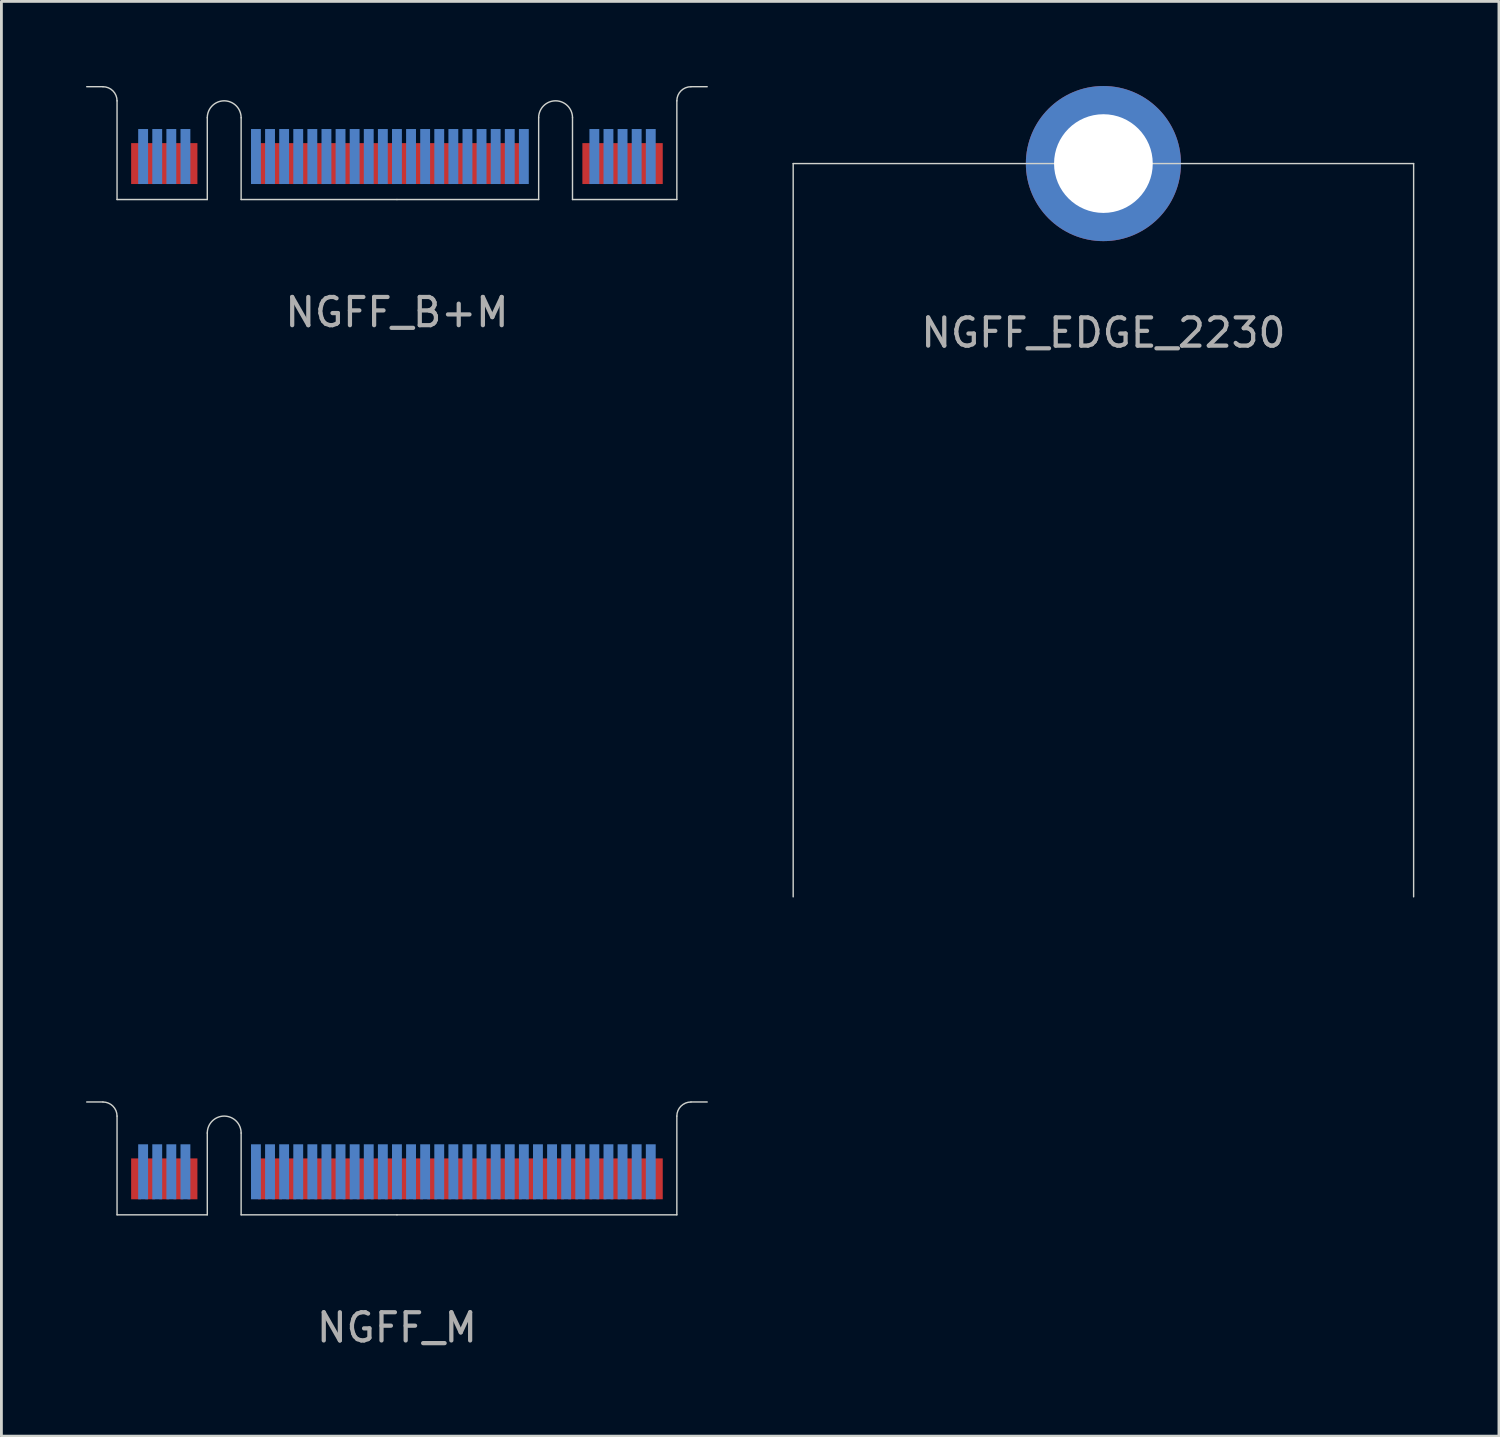
<source format=kicad_pcb>
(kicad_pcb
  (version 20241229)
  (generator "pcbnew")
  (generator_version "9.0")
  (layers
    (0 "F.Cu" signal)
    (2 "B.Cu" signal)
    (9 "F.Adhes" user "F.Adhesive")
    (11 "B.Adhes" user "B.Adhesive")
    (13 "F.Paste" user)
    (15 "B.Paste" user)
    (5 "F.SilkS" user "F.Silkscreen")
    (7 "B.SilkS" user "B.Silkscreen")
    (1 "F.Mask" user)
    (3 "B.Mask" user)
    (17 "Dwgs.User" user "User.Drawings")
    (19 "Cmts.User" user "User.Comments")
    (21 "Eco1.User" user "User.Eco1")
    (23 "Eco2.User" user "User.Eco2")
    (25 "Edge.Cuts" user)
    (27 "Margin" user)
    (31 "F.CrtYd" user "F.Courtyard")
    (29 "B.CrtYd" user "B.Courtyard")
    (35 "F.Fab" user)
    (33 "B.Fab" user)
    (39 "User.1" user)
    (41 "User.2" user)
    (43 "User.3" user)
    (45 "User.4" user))
  (footprint "NGFF_M"
    (layer "F.Cu")
    (at 11.025 40.025)
    (property "Reference" "NGFF_M" (at 0 4 0) (layer "F.Fab") (effects (font (size 1 1) (thickness 0.15))))
    (attr through_hole)
    (fp_poly (pts (xy -9.925 0) (xy -6.725 0) (xy -6.725 -2) (xy -9.925 -2)) (stroke (width 0.1) (type solid)) (fill yes) (layer "F.Mask"))
    (fp_poly (pts (xy -5.525 0) (xy 9.925 0) (xy 9.925 -2) (xy -5.525 -2)) (stroke (width 0.1) (type solid)) (fill yes) (layer "F.Mask"))
    (fp_poly (pts (xy -9.925 0) (xy -6.725 0) (xy -6.725 -2.5) (xy -9.925 -2.5)) (stroke (width 0.1) (type solid)) (fill yes) (layer "B.Mask"))
    (fp_poly (pts (xy -5.525 0) (xy 9.925 0) (xy 9.925 -2.5) (xy -5.525 -2.5)) (stroke (width 0.1) (type solid)) (fill yes) (layer "B.Mask"))
    (fp_line (start -11 -4) (end -10.425 -4) (stroke (width 0.05) (type solid)) (layer "Edge.Cuts"))
    (fp_line (start -9.925 -3.5) (end -9.925 0) (stroke (width 0.05) (type solid)) (layer "Edge.Cuts"))
    (fp_line (start -9.925 0) (end -6.725 0) (stroke (width 0.05) (type solid)) (layer "Edge.Cuts"))
    (fp_line (start -6.725 0) (end -6.725 -2.9) (stroke (width 0.05) (type solid)) (layer "Edge.Cuts"))
    (fp_line (start -5.525 -2.9) (end -5.525 0) (stroke (width 0.05) (type solid)) (layer "Edge.Cuts"))
    (fp_line (start -5.525 0) (end 0 0) (stroke (width 0.05) (type solid)) (layer "Edge.Cuts"))
    (fp_line (start 0 0) (end 9.925 0) (stroke (width 0.05) (type solid)) (layer "Edge.Cuts"))
    (fp_line (start 9.925 0) (end 9.925 -3.5) (stroke (width 0.05) (type solid)) (layer "Edge.Cuts"))
    (fp_line (start 10.425 -4) (end 11 -4) (stroke (width 0.05) (type solid)) (layer "Edge.Cuts"))
    (fp_arc (start -10.425 -4) (mid -10.071447 -3.853553) (end -9.925 -3.5) (stroke (width 0.05) (type solid)) (layer "Edge.Cuts"))
    (fp_arc (start -6.725 -2.9) (mid -6.125 -3.5) (end -5.525 -2.9) (stroke (width 0.05) (type solid)) (layer "Edge.Cuts"))
    (fp_arc (start 9.925 -3.5) (mid 10.071447 -3.853553) (end 10.425 -4) (stroke (width 0.05) (type solid)) (layer "Edge.Cuts"))
    (pad "1" smd rect (at 9.25 -1.275) (size 0.35 1.45) (layers "F.Cu"))
    (pad "2" smd rect (at 9 -1.525) (size 0.35 1.95) (layers "B.Cu"))
    (pad "3" smd rect (at 8.75 -1.275) (size 0.35 1.45) (layers "F.Cu"))
    (pad "4" smd rect (at 8.5 -1.525) (size 0.35 1.95) (layers "B.Cu"))
    (pad "5" smd rect (at 8.25 -1.275) (size 0.35 1.45) (layers "F.Cu"))
    (pad "6" smd rect (at 8 -1.525) (size 0.35 1.95) (layers "B.Cu"))
    (pad "7" smd rect (at 7.75 -1.275) (size 0.35 1.45) (layers "F.Cu"))
    (pad "8" smd rect (at 7.5 -1.525) (size 0.35 1.95) (layers "B.Cu"))
    (pad "9" smd rect (at 7.25 -1.275) (size 0.35 1.45) (layers "F.Cu"))
    (pad "10" smd rect (at 7 -1.525) (size 0.35 1.95) (layers "B.Cu"))
    (pad "11" smd rect (at 6.75 -1.275) (size 0.35 1.45) (layers "F.Cu"))
    (pad "12" smd rect (at 6.5 -1.525) (size 0.35 1.95) (layers "B.Cu"))
    (pad "13" smd rect (at 6.25 -1.275) (size 0.35 1.45) (layers "F.Cu"))
    (pad "14" smd rect (at 6 -1.525) (size 0.35 1.95) (layers "B.Cu"))
    (pad "15" smd rect (at 5.75 -1.275) (size 0.35 1.45) (layers "F.Cu"))
    (pad "16" smd rect (at 5.5 -1.525) (size 0.35 1.95) (layers "B.Cu"))
    (pad "17" smd rect (at 5.25 -1.275) (size 0.35 1.45) (layers "F.Cu"))
    (pad "18" smd rect (at 5 -1.525) (size 0.35 1.95) (layers "B.Cu"))
    (pad "19" smd rect (at 4.75 -1.275) (size 0.35 1.45) (layers "F.Cu"))
    (pad "20" smd rect (at 4.5 -1.525) (size 0.35 1.95) (layers "B.Cu"))
    (pad "21" smd rect (at 4.25 -1.275) (size 0.35 1.45) (layers "F.Cu"))
    (pad "22" smd rect (at 4 -1.525) (size 0.35 1.95) (layers "B.Cu"))
    (pad "23" smd rect (at 3.75 -1.275) (size 0.35 1.45) (layers "F.Cu"))
    (pad "24" smd rect (at 3.5 -1.525) (size 0.35 1.95) (layers "B.Cu"))
    (pad "25" smd rect (at 3.25 -1.275) (size 0.35 1.45) (layers "F.Cu"))
    (pad "26" smd rect (at 3 -1.525) (size 0.35 1.95) (layers "B.Cu"))
    (pad "27" smd rect (at 2.75 -1.275) (size 0.35 1.45) (layers "F.Cu"))
    (pad "28" smd rect (at 2.5 -1.525) (size 0.35 1.95) (layers "B.Cu"))
    (pad "29" smd rect (at 2.25 -1.275) (size 0.35 1.45) (layers "F.Cu"))
    (pad "30" smd rect (at 2 -1.525) (size 0.35 1.95) (layers "B.Cu"))
    (pad "31" smd rect (at 1.75 -1.275) (size 0.35 1.45) (layers "F.Cu"))
    (pad "32" smd rect (at 1.5 -1.525) (size 0.35 1.95) (layers "B.Cu"))
    (pad "33" smd rect (at 1.25 -1.275) (size 0.35 1.45) (layers "F.Cu"))
    (pad "34" smd rect (at 1 -1.525) (size 0.35 1.95) (layers "B.Cu"))
    (pad "35" smd rect (at 0.75 -1.275) (size 0.35 1.45) (layers "F.Cu"))
    (pad "36" smd rect (at 0.5 -1.525) (size 0.35 1.95) (layers "B.Cu"))
    (pad "37" smd rect (at 0.25 -1.275) (size 0.35 1.45) (layers "F.Cu"))
    (pad "38" smd rect (at 0 -1.525) (size 0.35 1.95) (layers "B.Cu"))
    (pad "39" smd rect (at -0.25 -1.275) (size 0.35 1.45) (layers "F.Cu"))
    (pad "40" smd rect (at -0.5 -1.525) (size 0.35 1.95) (layers "B.Cu"))
    (pad "41" smd rect (at -0.75 -1.275) (size 0.35 1.45) (layers "F.Cu"))
    (pad "42" smd rect (at -1 -1.525) (size 0.35 1.95) (layers "B.Cu"))
    (pad "43" smd rect (at -1.25 -1.275) (size 0.35 1.45) (layers "F.Cu"))
    (pad "44" smd rect (at -1.5 -1.525) (size 0.35 1.95) (layers "B.Cu"))
    (pad "45" smd rect (at -1.75 -1.275) (size 0.35 1.45) (layers "F.Cu"))
    (pad "46" smd rect (at -2 -1.525) (size 0.35 1.95) (layers "B.Cu"))
    (pad "47" smd rect (at -2.25 -1.275) (size 0.35 1.45) (layers "F.Cu"))
    (pad "48" smd rect (at -2.5 -1.525) (size 0.35 1.95) (layers "B.Cu"))
    (pad "49" smd rect (at -2.75 -1.275) (size 0.35 1.45) (layers "F.Cu"))
    (pad "50" smd rect (at -3 -1.525) (size 0.35 1.95) (layers "B.Cu"))
    (pad "51" smd rect (at -3.25 -1.275) (size 0.35 1.45) (layers "F.Cu"))
    (pad "52" smd rect (at -3.5 -1.525) (size 0.35 1.95) (layers "B.Cu"))
    (pad "53" smd rect (at -3.75 -1.275) (size 0.35 1.45) (layers "F.Cu"))
    (pad "54" smd rect (at -4 -1.525) (size 0.35 1.95) (layers "B.Cu"))
    (pad "55" smd rect (at -4.25 -1.275) (size 0.35 1.45) (layers "F.Cu"))
    (pad "56" smd rect (at -4.5 -1.525) (size 0.35 1.95) (layers "B.Cu"))
    (pad "57" smd rect (at -4.75 -1.275) (size 0.35 1.45) (layers "F.Cu"))
    (pad "58" smd rect (at -5 -1.525) (size 0.35 1.95) (layers "B.Cu"))
    (pad "67" smd rect (at -7.25 -1.275) (size 0.35 1.45) (layers "F.Cu"))
    (pad "68" smd rect (at -7.5 -1.525) (size 0.35 1.95) (layers "B.Cu"))
    (pad "69" smd rect (at -7.75 -1.275) (size 0.35 1.45) (layers "F.Cu"))
    (pad "70" smd rect (at -8 -1.525) (size 0.35 1.95) (layers "B.Cu"))
    (pad "71" smd rect (at -8.25 -1.275) (size 0.35 1.45) (layers "F.Cu"))
    (pad "72" smd rect (at -8.5 -1.525) (size 0.35 1.95) (layers "B.Cu"))
    (pad "73" smd rect (at -8.75 -1.275) (size 0.35 1.45) (layers "F.Cu"))
    (pad "74" smd rect (at -9 -1.525) (size 0.35 1.95) (layers "B.Cu"))
    (pad "75" smd rect (at -9.25 -1.275) (size 0.35 1.45) (layers "F.Cu")))
  (footprint "NGFF_EDGE_2230"
    (layer "F.Cu")
    (at 36.075 32.75)
    (property "Reference" "NGFF_EDGE_2230" (at 0 -24 0) (layer "F.Fab") (effects (font (size 1 1) (thickness 0.15))))
    (attr through_hole board_only exclude_from_bom)
    (fp_line (start 0 0) (end 0 -30) (stroke (width 0.01) (type solid)) (layer "Eco1.User"))
    (fp_line (start -11 -30) (end -11 -4) (stroke (width 0.05) (type solid)) (layer "Edge.Cuts"))
    (fp_line (start 11 -30) (end -11 -30) (stroke (width 0.05) (type solid)) (layer "Edge.Cuts"))
    (fp_line (start 11 -30) (end 11 -4) (stroke (width 0.05) (type solid)) (layer "Edge.Cuts"))
    (pad "" np_thru_hole circle (at 0 -30) (size 5.5 5.5) (drill 3.5) (layers "*.Cu" "*.Mask")))
  (footprint "NGFF_B+M"
    (layer "F.Cu")
    (at 11.025 4.025)
    (property "Reference" "NGFF_B+M" (at 0 4 0) (layer "F.Fab") (effects (font (size 1 1) (thickness 0.15))))
    (attr through_hole)
    (fp_poly (pts (xy -9.925 0) (xy -6.725 0) (xy -6.725 -2) (xy -9.925 -2)) (stroke (width 0.1) (type solid)) (fill yes) (layer "F.Mask"))
    (fp_poly (pts (xy -5.525 0) (xy 5.025 0) (xy 5.025 -2) (xy -5.525 -2)) (stroke (width 0.1) (type solid)) (fill yes) (layer "F.Mask"))
    (fp_poly (pts (xy 6.225 0) (xy 9.925 0) (xy 9.925 -2) (xy 6.225 -2)) (stroke (width 0.1) (type solid)) (fill yes) (layer "F.Mask"))
    (fp_poly (pts (xy -9.925 0) (xy -6.725 0) (xy -6.725 -2.5) (xy -9.925 -2.5)) (stroke (width 0.1) (type solid)) (fill yes) (layer "B.Mask"))
    (fp_poly (pts (xy -5.525 0) (xy 5.025 0) (xy 5.025 -2.5) (xy -5.525 -2.5)) (stroke (width 0.1) (type solid)) (fill yes) (layer "B.Mask"))
    (fp_poly (pts (xy 6.225 0) (xy 9.925 0) (xy 9.925 -2.5) (xy 6.225 -2.5)) (stroke (width 0.1) (type solid)) (fill yes) (layer "B.Mask"))
    (fp_line (start -11 -4) (end -10.425 -4) (stroke (width 0.05) (type solid)) (layer "Edge.Cuts"))
    (fp_line (start -9.925 -3.5) (end -9.925 0) (stroke (width 0.05) (type solid)) (layer "Edge.Cuts"))
    (fp_line (start -9.925 0) (end -6.725 0) (stroke (width 0.05) (type solid)) (layer "Edge.Cuts"))
    (fp_line (start -6.725 0) (end -6.725 -2.9) (stroke (width 0.05) (type solid)) (layer "Edge.Cuts"))
    (fp_line (start -5.525 -2.9) (end -5.525 0) (stroke (width 0.05) (type solid)) (layer "Edge.Cuts"))
    (fp_line (start -5.525 0) (end 0 0) (stroke (width 0.05) (type solid)) (layer "Edge.Cuts"))
    (fp_line (start 0 0) (end 5.025 0) (stroke (width 0.05) (type solid)) (layer "Edge.Cuts"))
    (fp_line (start 5.025 0) (end 5.025 -2.9) (stroke (width 0.05) (type solid)) (layer "Edge.Cuts"))
    (fp_line (start 6.225 -2.9) (end 6.225 0) (stroke (width 0.05) (type solid)) (layer "Edge.Cuts"))
    (fp_line (start 6.225 0) (end 9.925 0) (stroke (width 0.05) (type solid)) (layer "Edge.Cuts"))
    (fp_line (start 9.925 0) (end 9.925 -3.5) (stroke (width 0.05) (type solid)) (layer "Edge.Cuts"))
    (fp_line (start 10.425 -4) (end 11 -4) (stroke (width 0.05) (type solid)) (layer "Edge.Cuts"))
    (fp_arc (start -10.425 -4) (mid -10.071447 -3.853553) (end -9.925 -3.5) (stroke (width 0.05) (type solid)) (layer "Edge.Cuts"))
    (fp_arc (start -6.725 -2.9) (mid -6.125 -3.5) (end -5.525 -2.9) (stroke (width 0.05) (type solid)) (layer "Edge.Cuts"))
    (fp_arc (start 5.025 -2.9) (mid 5.625 -3.5) (end 6.225 -2.9) (stroke (width 0.05) (type solid)) (layer "Edge.Cuts"))
    (fp_arc (start 9.925 -3.5) (mid 10.071447 -3.853553) (end 10.425 -4) (stroke (width 0.05) (type solid)) (layer "Edge.Cuts"))
    (pad "1" smd rect (at 9.25 -1.275) (size 0.35 1.45) (layers "F.Cu"))
    (pad "2" smd rect (at 9 -1.525) (size 0.35 1.95) (layers "B.Cu"))
    (pad "3" smd rect (at 8.75 -1.275) (size 0.35 1.45) (layers "F.Cu"))
    (pad "4" smd rect (at 8.5 -1.525) (size 0.35 1.95) (layers "B.Cu"))
    (pad "5" smd rect (at 8.25 -1.275) (size 0.35 1.45) (layers "F.Cu"))
    (pad "6" smd rect (at 8 -1.525) (size 0.35 1.95) (layers "B.Cu"))
    (pad "7" smd rect (at 7.75 -1.275) (size 0.35 1.45) (layers "F.Cu"))
    (pad "8" smd rect (at 7.5 -1.525) (size 0.35 1.95) (layers "B.Cu"))
    (pad "9" smd rect (at 7.25 -1.275) (size 0.35 1.45) (layers "F.Cu"))
    (pad "10" smd rect (at 7 -1.525) (size 0.35 1.95) (layers "B.Cu"))
    (pad "11" smd rect (at 6.75 -1.275) (size 0.35 1.45) (layers "F.Cu"))
    (pad "20" smd rect (at 4.5 -1.525) (size 0.35 1.95) (layers "B.Cu"))
    (pad "21" smd rect (at 4.25 -1.275) (size 0.35 1.45) (layers "F.Cu"))
    (pad "22" smd rect (at 4 -1.525) (size 0.35 1.95) (layers "B.Cu"))
    (pad "23" smd rect (at 3.75 -1.275) (size 0.35 1.45) (layers "F.Cu"))
    (pad "24" smd rect (at 3.5 -1.525) (size 0.35 1.95) (layers "B.Cu"))
    (pad "25" smd rect (at 3.25 -1.275) (size 0.35 1.45) (layers "F.Cu"))
    (pad "26" smd rect (at 3 -1.525) (size 0.35 1.95) (layers "B.Cu"))
    (pad "27" smd rect (at 2.75 -1.275) (size 0.35 1.45) (layers "F.Cu"))
    (pad "28" smd rect (at 2.5 -1.525) (size 0.35 1.95) (layers "B.Cu"))
    (pad "29" smd rect (at 2.25 -1.275) (size 0.35 1.45) (layers "F.Cu"))
    (pad "30" smd rect (at 2 -1.525) (size 0.35 1.95) (layers "B.Cu"))
    (pad "31" smd rect (at 1.75 -1.275) (size 0.35 1.45) (layers "F.Cu"))
    (pad "32" smd rect (at 1.5 -1.525) (size 0.35 1.95) (layers "B.Cu"))
    (pad "33" smd rect (at 1.25 -1.275) (size 0.35 1.45) (layers "F.Cu"))
    (pad "34" smd rect (at 1 -1.525) (size 0.35 1.95) (layers "B.Cu"))
    (pad "35" smd rect (at 0.75 -1.275) (size 0.35 1.45) (layers "F.Cu"))
    (pad "36" smd rect (at 0.5 -1.525) (size 0.35 1.95) (layers "B.Cu"))
    (pad "37" smd rect (at 0.25 -1.275) (size 0.35 1.45) (layers "F.Cu"))
    (pad "38" smd rect (at 0 -1.525) (size 0.35 1.95) (layers "B.Cu"))
    (pad "39" smd rect (at -0.25 -1.275) (size 0.35 1.45) (layers "F.Cu"))
    (pad "40" smd rect (at -0.5 -1.525) (size 0.35 1.95) (layers "B.Cu"))
    (pad "41" smd rect (at -0.75 -1.275) (size 0.35 1.45) (layers "F.Cu"))
    (pad "42" smd rect (at -1 -1.525) (size 0.35 1.95) (layers "B.Cu"))
    (pad "43" smd rect (at -1.25 -1.275) (size 0.35 1.45) (layers "F.Cu"))
    (pad "44" smd rect (at -1.5 -1.525) (size 0.35 1.95) (layers "B.Cu"))
    (pad "45" smd rect (at -1.75 -1.275) (size 0.35 1.45) (layers "F.Cu"))
    (pad "46" smd rect (at -2 -1.525) (size 0.35 1.95) (layers "B.Cu"))
    (pad "47" smd rect (at -2.25 -1.275) (size 0.35 1.45) (layers "F.Cu"))
    (pad "48" smd rect (at -2.5 -1.525) (size 0.35 1.95) (layers "B.Cu"))
    (pad "49" smd rect (at -2.75 -1.275) (size 0.35 1.45) (layers "F.Cu"))
    (pad "50" smd rect (at -3 -1.525) (size 0.35 1.95) (layers "B.Cu"))
    (pad "51" smd rect (at -3.25 -1.275) (size 0.35 1.45) (layers "F.Cu"))
    (pad "52" smd rect (at -3.5 -1.525) (size 0.35 1.95) (layers "B.Cu"))
    (pad "53" smd rect (at -3.75 -1.275) (size 0.35 1.45) (layers "F.Cu"))
    (pad "54" smd rect (at -4 -1.525) (size 0.35 1.95) (layers "B.Cu"))
    (pad "55" smd rect (at -4.25 -1.275) (size 0.35 1.45) (layers "F.Cu"))
    (pad "56" smd rect (at -4.5 -1.525) (size 0.35 1.95) (layers "B.Cu"))
    (pad "57" smd rect (at -4.75 -1.275) (size 0.35 1.45) (layers "F.Cu"))
    (pad "58" smd rect (at -5 -1.525) (size 0.35 1.95) (layers "B.Cu"))
    (pad "67" smd rect (at -7.25 -1.275) (size 0.35 1.45) (layers "F.Cu"))
    (pad "68" smd rect (at -7.5 -1.525) (size 0.35 1.95) (layers "B.Cu"))
    (pad "69" smd rect (at -7.75 -1.275) (size 0.35 1.45) (layers "F.Cu"))
    (pad "70" smd rect (at -8 -1.525) (size 0.35 1.95) (layers "B.Cu"))
    (pad "71" smd rect (at -8.25 -1.275) (size 0.35 1.45) (layers "F.Cu"))
    (pad "72" smd rect (at -8.5 -1.525) (size 0.35 1.95) (layers "B.Cu"))
    (pad "73" smd rect (at -8.75 -1.275) (size 0.35 1.45) (layers "F.Cu"))
    (pad "74" smd rect (at -9 -1.525) (size 0.35 1.95) (layers "B.Cu"))
    (pad "75" smd rect (at -9.25 -1.275) (size 0.35 1.45) (layers "F.Cu")))
  (gr_rect
    (start -3 -3)
    (end 50.1 47.873)
    (stroke (width 0.1) (type default))
    (fill no)
    (layer "Edge.Cuts")))
</source>
